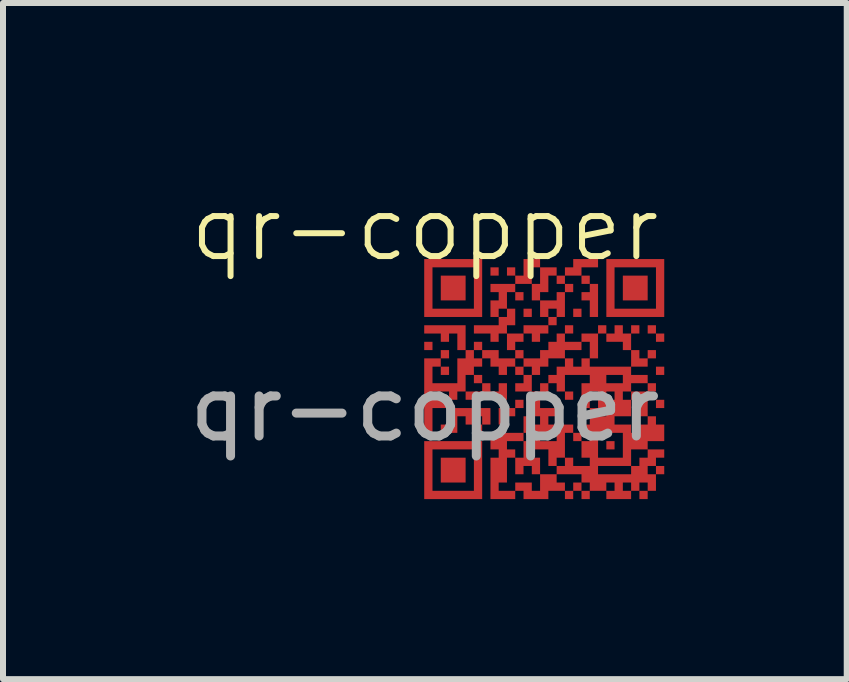
<source format=kicad_pcb>
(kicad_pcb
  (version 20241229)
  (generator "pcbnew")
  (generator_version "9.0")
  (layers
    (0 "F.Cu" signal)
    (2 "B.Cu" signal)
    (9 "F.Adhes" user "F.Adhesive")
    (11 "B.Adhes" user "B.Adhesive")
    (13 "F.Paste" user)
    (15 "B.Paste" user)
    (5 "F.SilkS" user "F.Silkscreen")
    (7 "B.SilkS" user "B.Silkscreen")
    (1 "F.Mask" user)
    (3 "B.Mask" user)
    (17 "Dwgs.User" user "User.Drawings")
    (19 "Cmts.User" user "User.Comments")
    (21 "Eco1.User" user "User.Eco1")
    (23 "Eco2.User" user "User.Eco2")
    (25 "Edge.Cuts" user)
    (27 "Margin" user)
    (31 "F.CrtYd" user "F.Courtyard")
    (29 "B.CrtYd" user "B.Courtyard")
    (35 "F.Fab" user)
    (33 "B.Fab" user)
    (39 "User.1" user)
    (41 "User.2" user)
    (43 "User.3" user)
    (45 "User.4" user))
  (footprint "qr-copper"
    (layer "F.Cu")
    (at 4.03 1.26)
    (property "Reference" "qr-copper" (at 0 -0.5 0) (unlocked yes) (layer "F.SilkS") (effects (font (size 1 1) (thickness 0.1))))
    (fp_poly (pts (xy 0.127 1.524) (xy -0.011 1.524) (xy -0.011 1.386) (xy 0.127 1.386)) (stroke (width 0) (type solid)) (fill yes) (layer "F.Cu"))
    (fp_poly (pts (xy 0.403 1.662) (xy 0.265 1.662) (xy 0.265 1.524) (xy 0.403 1.524)) (stroke (width 0) (type solid)) (fill yes) (layer "F.Cu"))
    (fp_poly (pts (xy 0.403 1.938) (xy 0.265 1.938) (xy 0.265 1.8) (xy 0.403 1.8)) (stroke (width 0) (type solid)) (fill yes) (layer "F.Cu"))
    (fp_poly (pts (xy 0.679 0.696) (xy 0.265 0.696) (xy 0.265 0.283) (xy 0.679 0.283)) (stroke (width 0) (type solid)) (fill yes) (layer "F.Cu"))
    (fp_poly (pts (xy 0.955 2.076) (xy 0.817 2.076) (xy 0.817 1.938) (xy 0.955 1.938)) (stroke (width 0) (type solid)) (fill yes) (layer "F.Cu"))
    (fp_poly (pts (xy 0.955 2.903) (xy 0.817 2.903) (xy 0.817 2.765) (xy 0.955 2.765)) (stroke (width 0) (type solid)) (fill yes) (layer "F.Cu"))
    (fp_poly (pts (xy 1.23 0.283) (xy 1.093 0.283) (xy 1.093 0.145) (xy 1.23 0.145)) (stroke (width 0) (type solid)) (fill yes) (layer "F.Cu"))
    (fp_poly (pts (xy 1.644 0.696) (xy 1.506 0.696) (xy 1.506 0.558) (xy 1.644 0.558)) (stroke (width 0) (type solid)) (fill yes) (layer "F.Cu"))
    (fp_poly (pts (xy 1.644 2.49) (xy 1.506 2.49) (xy 1.506 2.352) (xy 1.644 2.352)) (stroke (width 0) (type solid)) (fill yes) (layer "F.Cu"))
    (fp_poly (pts (xy 1.782 0.972) (xy 1.644 0.972) (xy 1.644 0.834) (xy 1.782 0.834)) (stroke (width 0) (type solid)) (fill yes) (layer "F.Cu"))
    (fp_poly (pts (xy 2.196 1.11) (xy 2.058 1.11) (xy 2.058 0.972) (xy 2.196 0.972)) (stroke (width 0) (type solid)) (fill yes) (layer "F.Cu"))
    (fp_poly (pts (xy 2.472 0.558) (xy 2.334 0.558) (xy 2.334 0.421) (xy 2.472 0.421)) (stroke (width 0) (type solid)) (fill yes) (layer "F.Cu"))
    (fp_poly (pts (xy 2.472 1.248) (xy 2.334 1.248) (xy 2.334 1.11) (xy 2.472 1.11)) (stroke (width 0) (type solid)) (fill yes) (layer "F.Cu"))
    (fp_poly (pts (xy 2.472 2.352) (xy 2.334 2.352) (xy 2.334 2.214) (xy 2.472 2.214)) (stroke (width 0) (type solid)) (fill yes) (layer "F.Cu"))
    (fp_poly (pts (xy 2.472 4.007) (xy 2.334 4.007) (xy 2.334 3.869) (xy 2.472 3.869)) (stroke (width 0) (type solid)) (fill yes) (layer "F.Cu"))
    (fp_poly (pts (xy 2.61 0.972) (xy 2.472 0.972) (xy 2.472 0.834) (xy 2.61 0.834)) (stroke (width 0) (type solid)) (fill yes) (layer "F.Cu"))
    (fp_poly (pts (xy 2.61 3.041) (xy 2.472 3.041) (xy 2.472 2.903) (xy 2.61 2.903)) (stroke (width 0) (type solid)) (fill yes) (layer "F.Cu"))
    (fp_poly (pts (xy 2.61 3.869) (xy 2.472 3.869) (xy 2.472 3.731) (xy 2.61 3.731)) (stroke (width 0) (type solid)) (fill yes) (layer "F.Cu"))
    (fp_poly (pts (xy 2.748 0.421) (xy 2.61 0.421) (xy 2.61 0.283) (xy 2.748 0.283)) (stroke (width 0) (type solid)) (fill yes) (layer "F.Cu"))
    (fp_poly (pts (xy 2.748 4.007) (xy 2.61 4.007) (xy 2.61 3.869) (xy 2.748 3.869)) (stroke (width 0) (type solid)) (fill yes) (layer "F.Cu"))
    (fp_poly (pts (xy 3.024 1.248) (xy 2.886 1.248) (xy 2.886 1.11) (xy 3.024 1.11)) (stroke (width 0) (type solid)) (fill yes) (layer "F.Cu"))
    (fp_poly (pts (xy 3.161 3.179) (xy 3.024 3.179) (xy 3.024 3.041) (xy 3.161 3.041)) (stroke (width 0) (type solid)) (fill yes) (layer "F.Cu"))
    (fp_poly (pts (xy 3.575 1.248) (xy 3.437 1.248) (xy 3.437 1.11) (xy 3.575 1.11)) (stroke (width 0) (type solid)) (fill yes) (layer "F.Cu"))
    (fp_poly (pts (xy 3.713 0.696) (xy 3.299 0.696) (xy 3.299 0.283) (xy 3.713 0.283)) (stroke (width 0) (type solid)) (fill yes) (layer "F.Cu"))
    (fp_poly (pts (xy 3.713 4.007) (xy 3.575 4.007) (xy 3.575 3.869) (xy 3.713 3.869)) (stroke (width 0) (type solid)) (fill yes) (layer "F.Cu"))
    (fp_poly (pts (xy 3.851 1.248) (xy 3.713 1.248) (xy 3.713 1.11) (xy 3.851 1.11)) (stroke (width 0) (type solid)) (fill yes) (layer "F.Cu"))
    (fp_poly (pts (xy 3.851 2.214) (xy 3.713 2.214) (xy 3.713 2.076) (xy 3.851 2.076)) (stroke (width 0) (type solid)) (fill yes) (layer "F.Cu"))
    (fp_poly (pts (xy 3.989 1.386) (xy 3.851 1.386) (xy 3.851 1.248) (xy 3.989 1.248)) (stroke (width 0) (type solid)) (fill yes) (layer "F.Cu"))
    (fp_poly (pts (xy 3.989 1.938) (xy 3.851 1.938) (xy 3.851 1.8) (xy 3.989 1.8)) (stroke (width 0) (type solid)) (fill yes) (layer "F.Cu"))
    (fp_poly (pts (xy 3.989 2.49) (xy 3.851 2.49) (xy 3.851 2.352) (xy 3.989 2.352)) (stroke (width 0) (type solid)) (fill yes) (layer "F.Cu"))
    (fp_poly (pts (xy 3.989 3.593) (xy 3.851 3.593) (xy 3.851 3.455) (xy 3.989 3.455)) (stroke (width 0) (type solid)) (fill yes) (layer "F.Cu"))
    (fp_poly (pts (xy 0.679 3.731) (xy 0.265 3.731) (xy 0.265 3.317) (xy 0.403 3.317) (xy 0.679 3.317)) (stroke (width 0) (type solid)) (fill yes) (layer "F.Cu"))
    (fp_poly (pts (xy 1.506 2.627) (xy 1.368 2.627) (xy 1.368 2.765) (xy 1.23 2.765) (xy 1.23 2.49) (xy 1.506 2.49)) (stroke (width 0) (type solid)) (fill yes) (layer "F.Cu"))
    (fp_poly (pts (xy 2.058 1.248) (xy 1.92 1.248) (xy 1.92 1.386) (xy 1.782 1.386) (xy 1.782 1.248) (xy 1.644 1.248) (xy 1.644 1.11) (xy 2.058 1.11)) (stroke (width 0) (type solid)) (fill yes) (layer "F.Cu"))
    (fp_poly (pts (xy 2.886 0.145) (xy 2.61 0.145) (xy 2.61 0.283) (xy 2.334 0.283) (xy 2.334 0.145) (xy 2.472 0.145) (xy 2.472 0.007) (xy 2.886 0.007)) (stroke (width 0) (type solid)) (fill yes) (layer "F.Cu"))
    (fp_poly (pts (xy 2.886 0.972) (xy 2.748 0.972) (xy 2.748 0.696) (xy 2.61 0.696) (xy 2.61 0.558) (xy 2.748 0.558) (xy 2.748 0.421) (xy 2.886 0.421)) (stroke (width 0) (type solid)) (fill yes) (layer "F.Cu"))
    (fp_poly (pts (xy 0.679 1.524) (xy 0.541 1.524) (xy 0.541 1.248) (xy 0.403 1.248) (xy 0.403 1.386) (xy 0.265 1.386) (xy 0.265 1.248) (xy -0.011 1.248) (xy -0.011 1.11) (xy 0.679 1.11)) (stroke (width 0) (type solid)) (fill yes) (layer "F.Cu"))
    (fp_poly (pts (xy 1.093 2.214) (xy 1.23 2.214) (xy 1.23 2.076) (xy 1.368 2.076) (xy 1.368 2.352) (xy 0.679 2.352) (xy 0.679 2.214) (xy 0.955 2.214) (xy 0.955 2.076) (xy 1.093 2.076)) (stroke (width 0) (type solid)) (fill yes) (layer "F.Cu"))
    (fp_poly (pts (xy 2.334 0.972) (xy 2.196 0.972) (xy 2.196 0.834) (xy 2.058 0.834) (xy 2.058 0.972) (xy 1.92 0.972) (xy 1.92 0.696) (xy 2.196 0.696) (xy 2.196 0.558) (xy 2.334 0.558)) (stroke (width 0) (type solid)) (fill yes) (layer "F.Cu"))
    (fp_poly (pts (xy 3.299 1.248) (xy 3.437 1.248) (xy 3.437 1.524) (xy 3.299 1.524) (xy 3.299 1.386) (xy 3.024 1.386) (xy 3.024 1.248) (xy 3.161 1.248) (xy 3.161 1.11) (xy 3.299 1.11)) (stroke (width 0) (type solid)) (fill yes) (layer "F.Cu"))
    (fp_poly (pts (xy 3.575 1.662) (xy 3.713 1.662) (xy 3.713 1.524) (xy 3.851 1.524) (xy 3.851 1.662) (xy 3.713 1.662) (xy 3.713 1.8) (xy 3.437 1.8) (xy 3.437 1.524) (xy 3.575 1.524)) (stroke (width 0) (type solid)) (fill yes) (layer "F.Cu"))
    (fp_poly (pts (xy 0.955 0.972) (xy -0.011 0.972) (xy -0.011 0.145) (xy 0.127 0.145) (xy 0.127 0.834) (xy 0.817 0.834) (xy 0.817 0.145) (xy 0.127 0.145) (xy -0.011 0.145) (xy -0.011 0.007) (xy 0.955 0.007)) (stroke (width 0) (type solid)) (fill yes) (layer "F.Cu"))
    (fp_poly (pts (xy 0.955 4.007) (xy -0.011 4.007) (xy -0.011 3.179) (xy 0.127 3.179) (xy 0.127 3.869) (xy 0.817 3.869) (xy 0.817 3.179) (xy 0.127 3.179) (xy -0.011 3.179) (xy -0.011 3.041) (xy 0.955 3.041)) (stroke (width 0) (type solid)) (fill yes) (layer "F.Cu"))
    (fp_poly (pts (xy 3.989 0.972) (xy 3.024 0.972) (xy 3.024 0.145) (xy 3.161 0.145) (xy 3.161 0.834) (xy 3.851 0.834) (xy 3.851 0.145) (xy 3.161 0.145) (xy 3.024 0.145) (xy 3.024 0.007) (xy 3.989 0.007)) (stroke (width 0) (type solid)) (fill yes) (layer "F.Cu"))
    (fp_poly (pts (xy 1.093 2.765) (xy 0.955 2.765) (xy 0.955 2.627) (xy 0.817 2.627) (xy 0.817 2.765) (xy 0.679 2.765) (xy 0.679 2.627) (xy 0.541 2.627) (xy 0.541 2.903) (xy 0.265 2.903) (xy 0.265 2.765) (xy 0.403 2.765) (xy 0.403 2.49) (xy 1.093 2.49)) (stroke (width 0) (type solid)) (fill yes) (layer "F.Cu"))
    (fp_poly (pts (xy 1.506 1.11) (xy 1.368 1.11) (xy 1.368 1.248) (xy 1.23 1.248) (xy 1.23 1.386) (xy 1.093 1.386) (xy 1.093 1.248) (xy 0.817 1.248) (xy 0.817 1.11) (xy 1.23 1.11) (xy 1.23 0.972) (xy 1.368 0.972) (xy 1.368 0.834) (xy 1.506 0.834)) (stroke (width 0) (type solid)) (fill yes) (layer "F.Cu"))
    (fp_poly (pts (xy 1.92 0.145) (xy 2.196 0.145) (xy 2.196 0.283) (xy 2.334 0.283) (xy 2.334 0.421) (xy 2.196 0.421) (xy 2.196 0.283) (xy 2.058 0.283) (xy 2.058 0.558) (xy 1.92 0.558) (xy 1.92 0.696) (xy 1.782 0.696) (xy 1.782 0.421) (xy 1.506 0.421) (xy 1.506 0.558) (xy 1.368 0.558) (xy 1.368 0.834) (xy 1.23 0.834) (xy 1.23 0.972) (xy 1.093 0.972) (xy 1.093 0.696) (xy 1.23 0.696) (xy 1.23 0.558) (xy 1.093 0.558) (xy 1.093 0.421) (xy 1.506 0.421) (xy 1.506 0.283) (xy 1.368 0.283) (xy 1.368 0.145) (xy 1.506 0.145) (xy 1.506 0.283) (xy 1.644 0.283) (xy 1.644 0.145) (xy 1.782 0.145) (xy 1.782 0.421) (xy 1.92 0.421) (xy 1.92 0.145) (xy 1.782 0.145) (xy 1.644 0.145) (xy 1.644 0.007) (xy 1.92 0.007)) (stroke (width 0) (type solid)) (fill yes) (layer "F.Cu"))
    (fp_poly (pts (xy 1.644 1.386) (xy 1.506 1.386) (xy 1.506 1.524) (xy 1.644 1.524) (xy 1.644 1.662) (xy 1.92 1.662) (xy 1.92 1.524) (xy 2.058 1.524) (xy 2.058 1.386) (xy 2.196 1.386) (xy 2.196 1.248) (xy 2.334 1.248) (xy 2.334 1.386) (xy 2.61 1.386) (xy 2.61 1.248) (xy 2.886 1.248) (xy 2.886 1.662) (xy 2.748 1.662) (xy 2.748 1.8) (xy 3.437 1.8) (xy 3.437 1.938) (xy 3.713 1.938) (xy 3.713 2.076) (xy 3.437 2.076) (xy 3.437 2.214) (xy 3.299 2.214) (xy 3.299 2.352) (xy 3.437 2.352) (xy 3.437 2.214) (xy 3.713 2.214) (xy 3.713 2.627) (xy 3.851 2.627) (xy 3.851 2.765) (xy 3.989 2.765) (xy 3.989 3.041) (xy 3.713 3.041) (xy 3.713 3.179) (xy 3.437 3.179) (xy 3.437 3.455) (xy 3.575 3.455) (xy 3.575 3.317) (xy 3.713 3.317) (xy 3.713 3.179) (xy 3.989 3.179) (xy 3.989 3.317) (xy 3.851 3.317) (xy 3.851 3.455) (xy 3.713 3.455) (xy 3.713 3.593) (xy 3.851 3.593) (xy 3.851 3.869) (xy 3.713 3.869) (xy 3.713 3.731) (xy 3.575 3.731) (xy 3.575 3.869) (xy 3.437 3.869) (xy 3.437 4.007) (xy 3.024 4.007) (xy 3.024 3.869) (xy 2.748 3.869) (xy 2.748 3.731) (xy 3.024 3.731) (xy 3.024 3.869) (xy 3.161 3.869) (xy 3.161 3.731) (xy 3.299 3.731) (xy 3.299 3.869) (xy 3.437 3.869) (xy 3.437 3.731) (xy 3.299 3.731) (xy 3.161 3.731) (xy 3.024 3.731) (xy 2.748 3.731) (xy 2.61 3.731) (xy 2.61 3.593) (xy 2.196 3.593) (xy 2.196 3.731) (xy 2.334 3.731) (xy 2.334 3.869) (xy 2.196 3.869) (xy 2.058 3.869) (xy 2.058 4.007) (xy 1.644 4.007) (xy 1.644 3.869) (xy 1.506 3.869) (xy 1.506 3.731) (xy 1.782 3.731) (xy 1.782 3.869) (xy 1.92 3.869) (xy 1.92 3.593) (xy 1.782 3.593) (xy 1.782 3.455) (xy 1.644 3.455) (xy 1.644 3.593) (xy 1.506 3.593) (xy 1.506 3.317) (xy 1.644 3.317) (xy 1.644 3.179) (xy 1.782 3.179) (xy 1.782 3.317) (xy 1.92 3.317) (xy 1.92 3.593) (xy 2.196 3.593) (xy 2.196 3.455) (xy 2.058 3.455) (xy 2.058 3.179) (xy 1.782 3.179) (xy 1.644 3.179) (xy 1.644 3.041) (xy 1.368 3.041) (xy 1.368 3.179) (xy 1.506 3.179) (xy 1.506 3.317) (xy 1.368 3.317) (xy 1.368 3.731) (xy 1.23 3.731) (xy 1.23 3.869) (xy 1.506 3.869) (xy 1.506 4.007) (xy 1.093 4.007) (xy 1.093 3.317) (xy 1.23 3.317) (xy 1.23 3.179) (xy 1.093 3.179) (xy 1.093 2.903) (xy 1.644 2.903) (xy 1.644 3.041) (xy 1.782 3.041) (xy 1.782 2.903) (xy 1.92 2.903) (xy 1.92 3.041) (xy 2.196 3.041) (xy 2.196 2.903) (xy 1.92 2.903) (xy 1.782 2.903) (xy 1.644 2.903) (xy 1.644 2.627) (xy 1.782 2.627) (xy 1.782 2.765) (xy 1.92 2.765) (xy 1.92 2.627) (xy 1.782 2.627) (xy 1.644 2.627) (xy 1.782 2.627) (xy 1.782 2.49) (xy 1.92 2.49) (xy 2.196 2.49) (xy 2.196 2.627) (xy 2.058 2.627) (xy 2.058 2.765) (xy 2.472 2.765) (xy 2.472 2.903) (xy 2.334 2.903) (xy 2.334 3.317) (xy 2.196 3.317) (xy 2.196 3.455) (xy 2.334 3.455) (xy 2.334 3.317) (xy 2.472 3.317) (xy 2.472 3.455) (xy 2.748 3.455) (xy 2.886 3.455) (xy 2.886 3.593) (xy 3.437 3.593) (xy 3.437 3.455) (xy 2.886 3.455) (xy 2.748 3.455) (xy 2.748 3.317) (xy 2.61 3.317) (xy 2.61 3.041) (xy 2.748 3.041) (xy 2.748 2.903) (xy 2.886 2.903) (xy 2.886 3.317) (xy 3.299 3.317) (xy 3.299 2.903) (xy 2.886 2.903) (xy 2.748 2.903) (xy 2.61 2.903) (xy 2.61 2.765) (xy 2.748 2.765) (xy 3.161 2.765) (xy 3.437 2.765) (xy 3.437 2.903) (xy 3.575 2.903) (xy 3.575 2.765) (xy 3.713 2.765) (xy 3.713 2.627) (xy 3.575 2.627) (xy 3.575 2.352) (xy 3.437 2.352) (xy 3.437 2.627) (xy 3.161 2.627) (xy 3.161 2.765) (xy 2.748 2.765) (xy 2.748 2.49) (xy 2.61 2.49) (xy 2.61 2.214) (xy 2.748 2.214) (xy 2.748 2.49) (xy 2.886 2.49) (xy 2.886 2.627) (xy 3.024 2.627) (xy 3.024 2.49) (xy 2.886 2.49) (xy 2.886 2.214) (xy 3.024 2.214) (xy 3.024 2.352) (xy 3.161 2.352) (xy 3.161 2.214) (xy 3.024 2.214) (xy 2.886 2.214) (xy 2.748 2.214) (xy 2.61 2.214) (xy 2.61 2.076) (xy 2.748 2.076) (xy 2.748 1.938) (xy 3.024 1.938) (xy 3.024 2.076) (xy 3.299 2.076) (xy 3.299 1.938) (xy 3.024 1.938) (xy 2.748 1.938) (xy 2.334 1.938) (xy 2.334 2.214) (xy 2.196 2.214) (xy 2.196 2.076) (xy 2.058 2.076) (xy 2.058 2.352) (xy 1.92 2.352) (xy 1.92 2.49) (xy 1.782 2.49) (xy 1.782 2.214) (xy 1.92 2.214) (xy 1.92 2.076) (xy 2.058 2.076) (xy 2.058 1.938) (xy 2.196 1.938) (xy 2.196 1.8) (xy 2.334 1.8) (xy 2.334 1.662) (xy 2.472 1.662) (xy 2.472 1.8) (xy 2.61 1.8) (xy 2.61 1.662) (xy 2.748 1.662) (xy 2.748 1.386) (xy 2.61 1.386) (xy 2.61 1.524) (xy 2.334 1.524) (xy 2.334 1.662) (xy 2.058 1.662) (xy 2.058 1.8) (xy 1.92 1.8) (xy 1.92 1.938) (xy 1.782 1.938) (xy 1.782 2.214) (xy 1.506 2.214) (xy 1.506 2.076) (xy 1.644 2.076) (xy 1.644 1.938) (xy 1.506 1.938) (xy 1.506 1.8) (xy 1.644 1.8) (xy 1.644 1.938) (xy 1.782 1.938) (xy 1.782 1.8) (xy 1.644 1.8) (xy 1.506 1.8) (xy 1.368 1.8) (xy 1.368 1.938) (xy 1.23 1.938) (xy 1.23 1.8) (xy 1.093 1.8) (xy 1.093 1.662) (xy 1.506 1.662) (xy 1.506 1.8) (xy 1.644 1.8) (xy 1.644 1.662) (xy 1.506 1.662) (xy 1.093 1.662) (xy 0.955 1.662) (xy 0.955 1.8) (xy 0.817 1.8) (xy 0.817 1.938) (xy 0.679 1.938) (xy 0.679 2.214) (xy 0.541 2.214) (xy 0.541 2.352) (xy 0.403 2.352) (xy 0.403 2.49) (xy 0.127 2.49) (xy 0.127 2.903) (xy -0.011 2.903) (xy -0.011 2.214) (xy 0.127 2.214) (xy 0.127 2.352) (xy 0.403 2.352) (xy 0.403 2.214) (xy 0.127 2.214) (xy -0.011 2.214) (xy -0.011 1.662) (xy 0.265 1.662) (xy 0.265 1.8) (xy 0.127 1.8) (xy 0.127 2.076) (xy 0.541 2.076) (xy 0.541 1.662) (xy 0.679 1.662) (xy 0.679 1.524) (xy 0.817 1.524) (xy 0.817 1.386) (xy 0.955 1.386) (xy 0.955 1.524) (xy 0.817 1.524) (xy 0.817 1.662) (xy 0.955 1.662) (xy 0.955 1.524) (xy 1.23 1.524) (xy 1.23 1.662) (xy 1.506 1.662) (xy 1.506 1.524) (xy 1.368 1.524) (xy 1.368 1.248) (xy 1.644 1.248)) (stroke (width 0) (type solid)) (fill yes) (layer "F.Cu"))
    (fp_text user "${REFERENCE}" (at 0 2.5 0) (unlocked yes) (layer "F.Fab") (effects (font (size 1 1) (thickness 0.15)))))
  (gr_rect
    (start -3 -3)
    (end 11.06 8.267)
    (stroke (width 0.1) (type default))
    (fill no)
    (layer "Edge.Cuts")))
</source>
